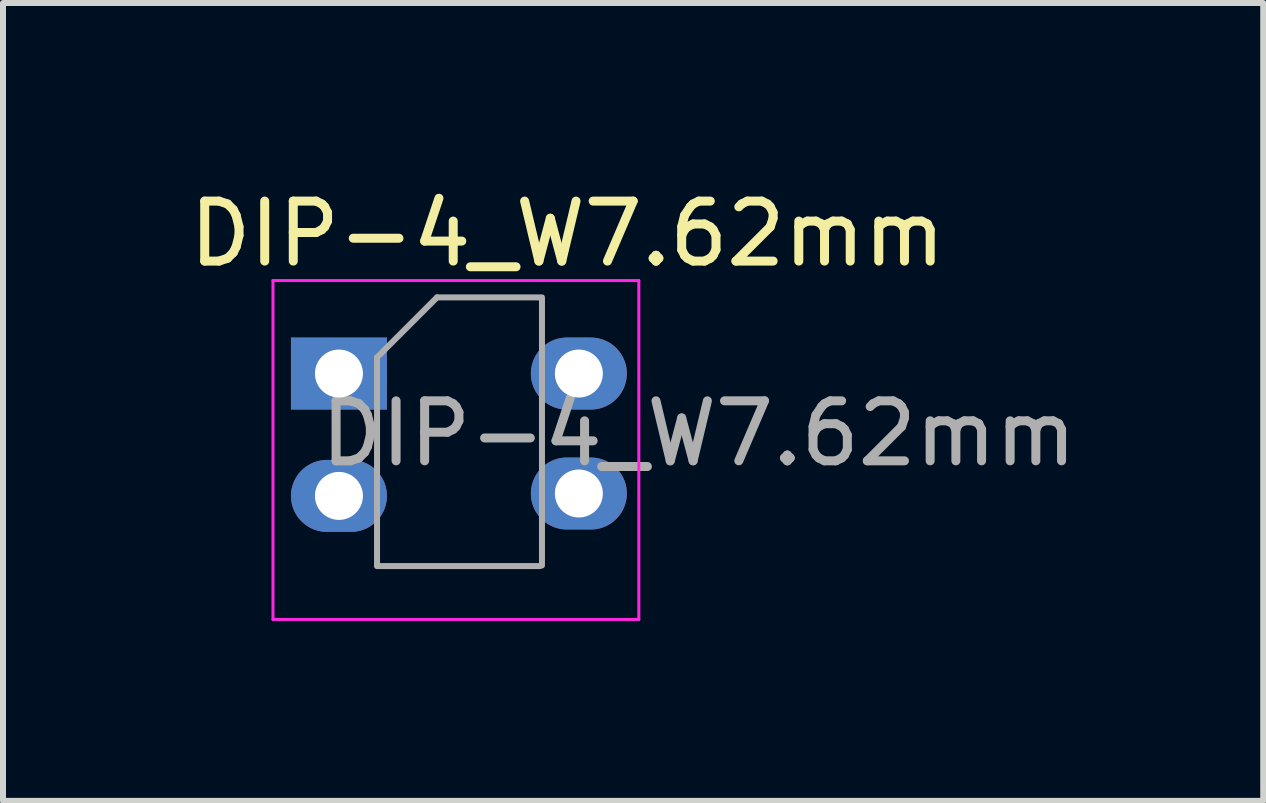
<source format=kicad_pcb>
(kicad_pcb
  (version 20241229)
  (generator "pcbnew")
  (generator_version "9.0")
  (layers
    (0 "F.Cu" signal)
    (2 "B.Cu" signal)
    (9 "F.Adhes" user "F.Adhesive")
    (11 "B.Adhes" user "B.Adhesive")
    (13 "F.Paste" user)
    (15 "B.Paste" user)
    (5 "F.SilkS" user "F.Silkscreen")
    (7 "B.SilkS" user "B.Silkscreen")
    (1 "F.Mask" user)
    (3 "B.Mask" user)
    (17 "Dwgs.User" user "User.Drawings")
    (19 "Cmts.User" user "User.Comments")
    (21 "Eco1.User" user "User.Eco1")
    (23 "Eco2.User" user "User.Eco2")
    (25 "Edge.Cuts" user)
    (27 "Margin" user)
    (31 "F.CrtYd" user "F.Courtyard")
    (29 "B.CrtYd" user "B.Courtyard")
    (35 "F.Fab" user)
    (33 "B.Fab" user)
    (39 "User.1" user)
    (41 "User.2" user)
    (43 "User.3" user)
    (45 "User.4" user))
  (footprint "DIP-4_W7.62mm"
    (layer "F.Cu")
    (at 2.601 3.178)
    (property "Reference" "DIP-4_W7.62mm" (at 3.81 -2.33 0) (layer "F.SilkS") (effects (font (size 1 1) (thickness 0.15))))
    (attr through_hole)
    (fp_line (start -1.1 -1.55) (end -1.1 4.1) (stroke (width 0.05) (type solid)) (layer "F.CrtYd"))
    (fp_line (start -1.1 4.1) (end 5 4.1) (stroke (width 0.05) (type solid)) (layer "F.CrtYd"))
    (fp_line (start 5 -1.55) (end -1.1 -1.55) (stroke (width 0.05) (type solid)) (layer "F.CrtYd"))
    (fp_line (start 5 4.1) (end 5 -1.55) (stroke (width 0.05) (type solid)) (layer "F.CrtYd"))
    (fp_line (start 0.635 -0.27) (end 1.635 -1.27) (stroke (width 0.1) (type solid)) (layer "F.Fab"))
    (fp_line (start 0.635 3.2) (end 0.635 -0.27) (stroke (width 0.1) (type solid)) (layer "F.Fab"))
    (fp_line (start 1.635 -1.27) (end 3.35 -1.27) (stroke (width 0.1) (type solid)) (layer "F.Fab"))
    (fp_line (start 3.35 3.21) (end 0.635 3.21) (stroke (width 0.1) (type solid)) (layer "F.Fab"))
    (fp_line (start 3.385 -1.27) (end 3.385 3.2) (stroke (width 0.1) (type solid)) (layer "F.Fab"))
    (fp_text user "${REFERENCE}" (at 6 1 0) (layer "F.Fab") (effects (font (size 1 1) (thickness 0.15))))
    (pad "1" thru_hole rect (at 0 0) (size 1.6 1.2) (drill 0.8) (layers "*.Cu" "*.Mask"))
    (pad "2" thru_hole oval (at 0 2.04) (size 1.6 1.2) (drill 0.8) (layers "*.Cu" "*.Mask"))
    (pad "3" thru_hole oval (at 4 2) (size 1.6 1.2) (drill 0.8) (layers "*.Cu" "*.Mask"))
    (pad "4" thru_hole oval (at 4 0) (size 1.6 1.2) (drill 0.8) (layers "*.Cu" "*.Mask")))
  (gr_rect
    (start -3 -3)
    (end 18.011 10.303)
    (stroke (width 0.1) (type default))
    (fill no)
    (layer "Edge.Cuts")))
</source>
